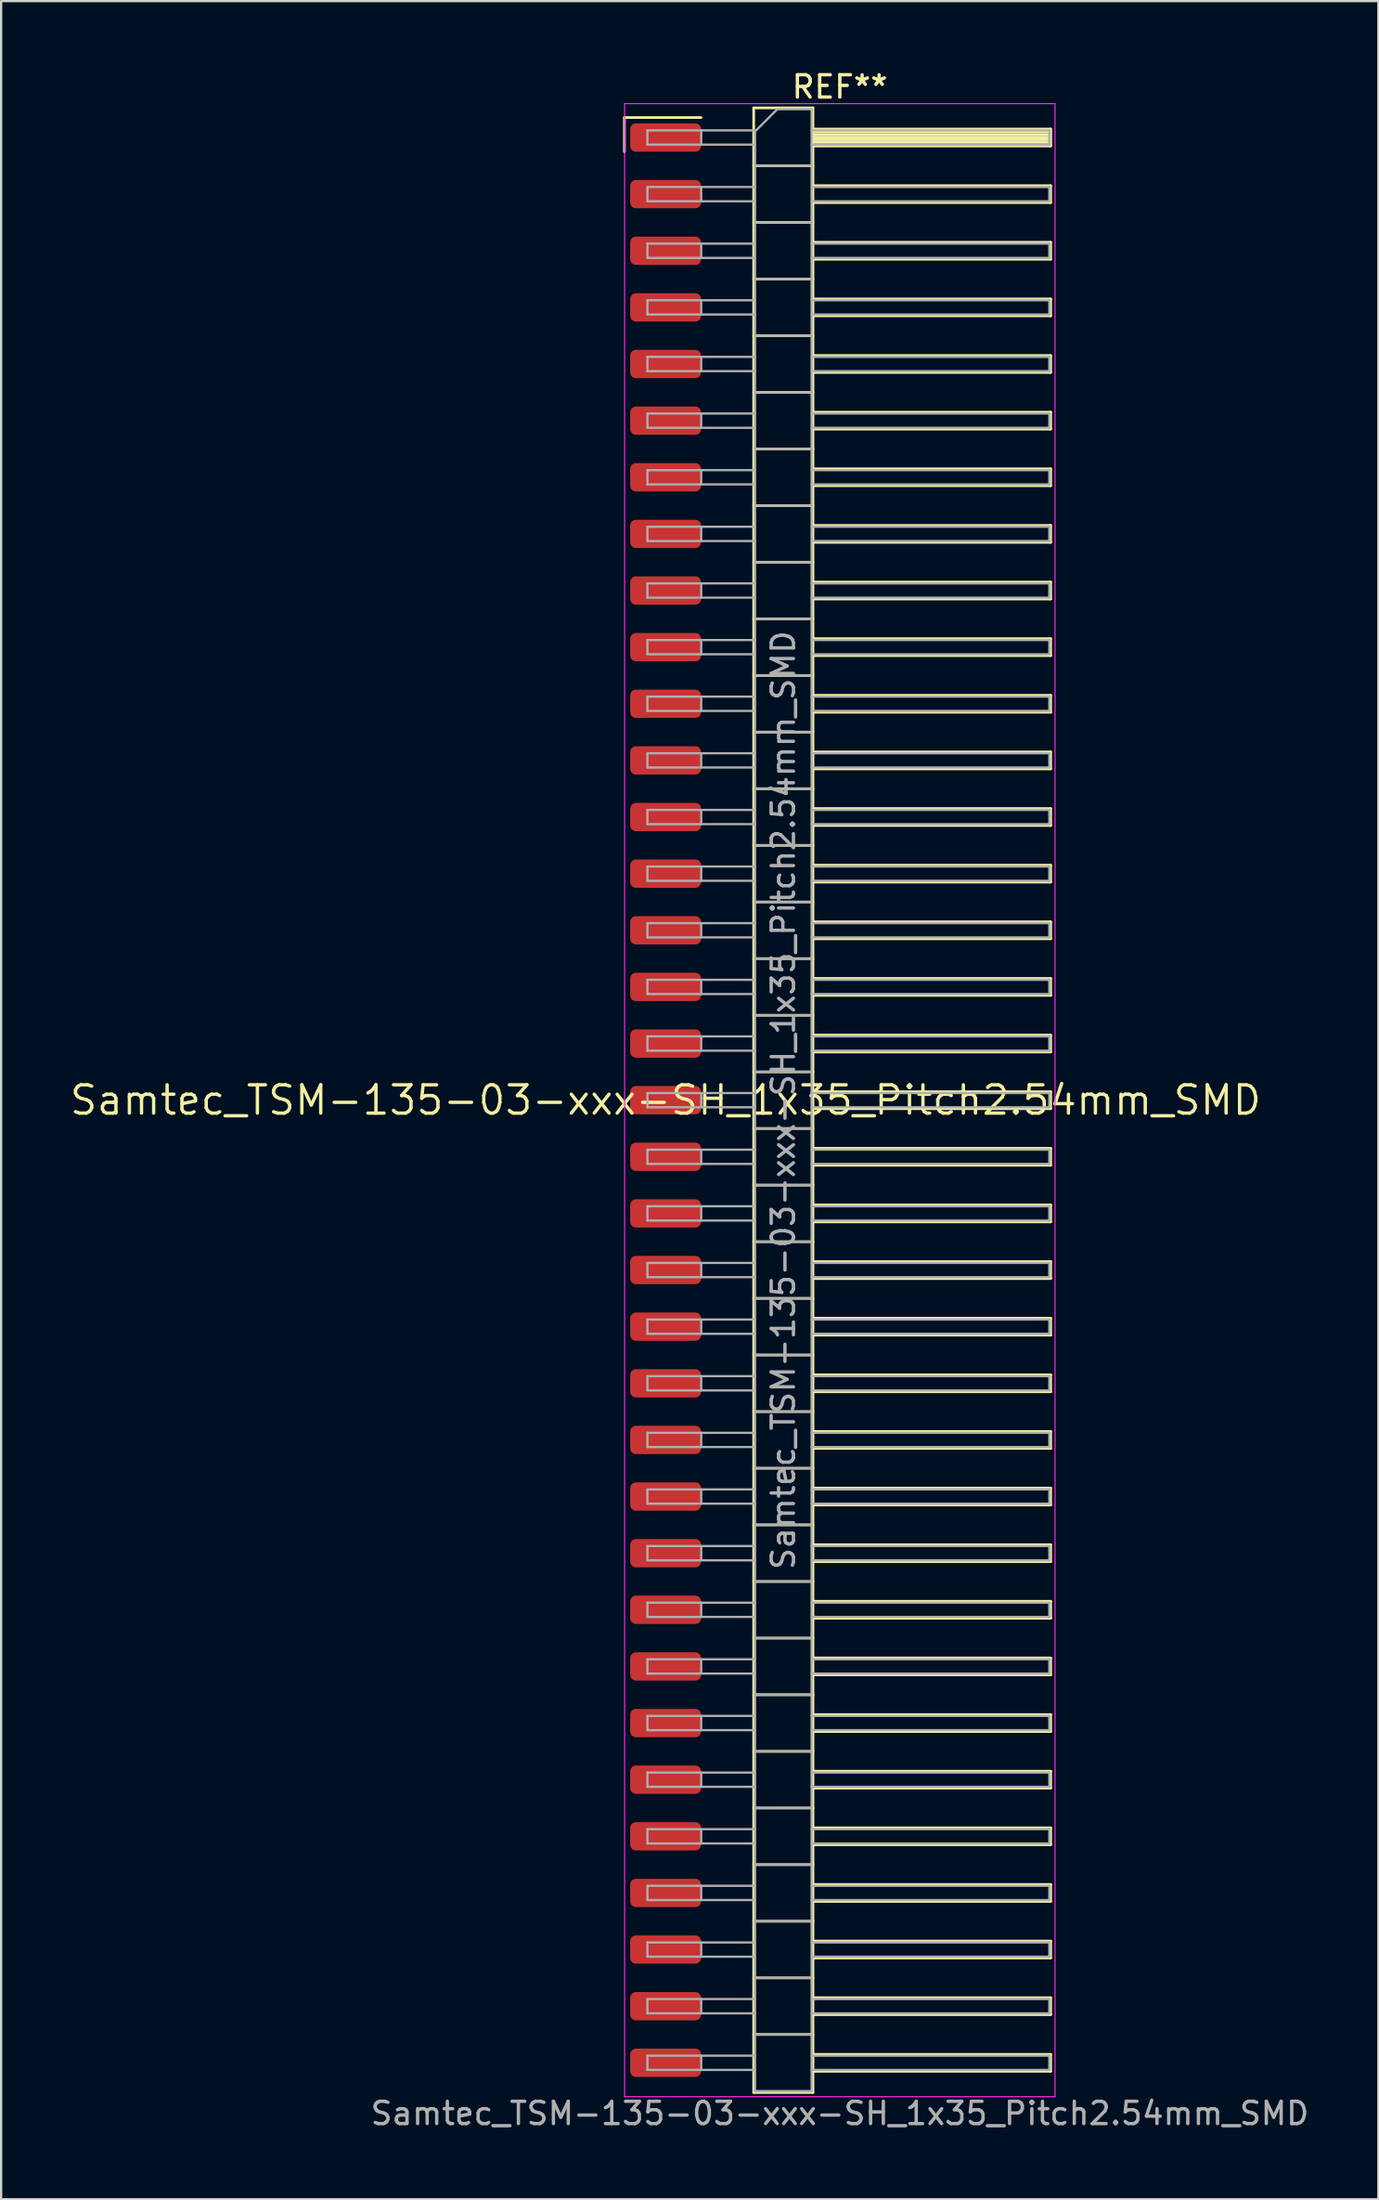
<source format=kicad_pcb>
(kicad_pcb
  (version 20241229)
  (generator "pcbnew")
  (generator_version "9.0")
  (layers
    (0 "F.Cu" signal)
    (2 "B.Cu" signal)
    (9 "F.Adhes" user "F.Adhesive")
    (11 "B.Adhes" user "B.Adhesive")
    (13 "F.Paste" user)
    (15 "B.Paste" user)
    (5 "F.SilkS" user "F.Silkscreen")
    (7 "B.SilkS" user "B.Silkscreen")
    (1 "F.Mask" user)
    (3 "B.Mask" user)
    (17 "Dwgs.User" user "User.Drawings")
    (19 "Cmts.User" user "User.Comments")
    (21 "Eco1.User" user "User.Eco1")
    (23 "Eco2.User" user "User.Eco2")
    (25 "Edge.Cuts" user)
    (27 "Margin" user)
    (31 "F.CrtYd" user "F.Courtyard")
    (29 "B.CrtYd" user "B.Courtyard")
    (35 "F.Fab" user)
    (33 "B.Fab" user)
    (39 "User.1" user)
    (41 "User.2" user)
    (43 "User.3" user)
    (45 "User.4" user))
  (footprint "Samtec_TSM-135-03-xxx-SH_1x35_Pitch2.54mm_SMD"
    (layer "F.Cu")
    (at 26.828 46.298)
    (property "Reference" "Samtec_TSM-135-03-xxx-SH_1x35_Pitch2.54mm_SMD" (at 0 0 0) (layer "F.SilkS") (effects (font (size 1.27 1.27) (thickness 0.15))))
    (attr smd)
    (fp_line (start -1.85 -44.075) (end 1.59 -44.075) (stroke (width 0.12) (type solid)) (layer "F.SilkS"))
    (fp_line (start -1.85 -42.545) (end -1.85 -44.075) (stroke (width 0.12) (type solid)) (layer "F.SilkS"))
    (fp_line (start 3.953 -44.51) (end 6.613 -44.51) (stroke (width 0.12) (type solid)) (layer "F.SilkS"))
    (fp_line (start 3.953 -41.91) (end 6.613 -41.91) (stroke (width 0.12) (type solid)) (layer "F.SilkS"))
    (fp_line (start 3.953 -39.37) (end 6.613 -39.37) (stroke (width 0.12) (type solid)) (layer "F.SilkS"))
    (fp_line (start 3.953 -36.83) (end 6.613 -36.83) (stroke (width 0.12) (type solid)) (layer "F.SilkS"))
    (fp_line (start 3.953 -34.29) (end 6.613 -34.29) (stroke (width 0.12) (type solid)) (layer "F.SilkS"))
    (fp_line (start 3.953 -31.75) (end 6.613 -31.75) (stroke (width 0.12) (type solid)) (layer "F.SilkS"))
    (fp_line (start 3.953 -29.21) (end 6.613 -29.21) (stroke (width 0.12) (type solid)) (layer "F.SilkS"))
    (fp_line (start 3.953 -26.67) (end 6.613 -26.67) (stroke (width 0.12) (type solid)) (layer "F.SilkS"))
    (fp_line (start 3.953 -24.13) (end 6.613 -24.13) (stroke (width 0.12) (type solid)) (layer "F.SilkS"))
    (fp_line (start 3.953 -21.59) (end 6.613 -21.59) (stroke (width 0.12) (type solid)) (layer "F.SilkS"))
    (fp_line (start 3.953 -19.05) (end 6.613 -19.05) (stroke (width 0.12) (type solid)) (layer "F.SilkS"))
    (fp_line (start 3.953 -16.51) (end 6.613 -16.51) (stroke (width 0.12) (type solid)) (layer "F.SilkS"))
    (fp_line (start 3.953 -13.97) (end 6.613 -13.97) (stroke (width 0.12) (type solid)) (layer "F.SilkS"))
    (fp_line (start 3.953 -11.43) (end 6.613 -11.43) (stroke (width 0.12) (type solid)) (layer "F.SilkS"))
    (fp_line (start 3.953 -8.89) (end 6.613 -8.89) (stroke (width 0.12) (type solid)) (layer "F.SilkS"))
    (fp_line (start 3.953 -6.35) (end 6.613 -6.35) (stroke (width 0.12) (type solid)) (layer "F.SilkS"))
    (fp_line (start 3.953 -3.81) (end 6.613 -3.81) (stroke (width 0.12) (type solid)) (layer "F.SilkS"))
    (fp_line (start 3.953 -1.27) (end 6.613 -1.27) (stroke (width 0.12) (type solid)) (layer "F.SilkS"))
    (fp_line (start 3.953 1.27) (end 6.613 1.27) (stroke (width 0.12) (type solid)) (layer "F.SilkS"))
    (fp_line (start 3.953 3.81) (end 6.613 3.81) (stroke (width 0.12) (type solid)) (layer "F.SilkS"))
    (fp_line (start 3.953 6.35) (end 6.613 6.35) (stroke (width 0.12) (type solid)) (layer "F.SilkS"))
    (fp_line (start 3.953 8.89) (end 6.613 8.89) (stroke (width 0.12) (type solid)) (layer "F.SilkS"))
    (fp_line (start 3.953 11.43) (end 6.613 11.43) (stroke (width 0.12) (type solid)) (layer "F.SilkS"))
    (fp_line (start 3.953 13.97) (end 6.613 13.97) (stroke (width 0.12) (type solid)) (layer "F.SilkS"))
    (fp_line (start 3.953 16.51) (end 6.613 16.51) (stroke (width 0.12) (type solid)) (layer "F.SilkS"))
    (fp_line (start 3.953 19.05) (end 6.613 19.05) (stroke (width 0.12) (type solid)) (layer "F.SilkS"))
    (fp_line (start 3.953 21.59) (end 6.613 21.59) (stroke (width 0.12) (type solid)) (layer "F.SilkS"))
    (fp_line (start 3.953 24.13) (end 6.613 24.13) (stroke (width 0.12) (type solid)) (layer "F.SilkS"))
    (fp_line (start 3.953 26.67) (end 6.613 26.67) (stroke (width 0.12) (type solid)) (layer "F.SilkS"))
    (fp_line (start 3.953 29.21) (end 6.613 29.21) (stroke (width 0.12) (type solid)) (layer "F.SilkS"))
    (fp_line (start 3.953 31.75) (end 6.613 31.75) (stroke (width 0.12) (type solid)) (layer "F.SilkS"))
    (fp_line (start 3.953 34.29) (end 6.613 34.29) (stroke (width 0.12) (type solid)) (layer "F.SilkS"))
    (fp_line (start 3.953 36.83) (end 6.613 36.83) (stroke (width 0.12) (type solid)) (layer "F.SilkS"))
    (fp_line (start 3.953 39.37) (end 6.613 39.37) (stroke (width 0.12) (type solid)) (layer "F.SilkS"))
    (fp_line (start 3.953 41.91) (end 6.613 41.91) (stroke (width 0.12) (type solid)) (layer "F.SilkS"))
    (fp_line (start 3.953 44.51) (end 3.953 -44.51) (stroke (width 0.12) (type solid)) (layer "F.SilkS"))
    (fp_line (start 6.613 -44.51) (end 6.613 44.51) (stroke (width 0.12) (type solid)) (layer "F.SilkS"))
    (fp_line (start 6.613 -43.56) (end 17.283 -43.56) (stroke (width 0.12) (type solid)) (layer "F.SilkS"))
    (fp_line (start 6.613 -43.44) (end 17.283 -43.44) (stroke (width 0.12) (type solid)) (layer "F.SilkS"))
    (fp_line (start 6.613 -43.32) (end 17.283 -43.32) (stroke (width 0.12) (type solid)) (layer "F.SilkS"))
    (fp_line (start 6.613 -43.2) (end 17.283 -43.2) (stroke (width 0.12) (type solid)) (layer "F.SilkS"))
    (fp_line (start 6.613 -43.08) (end 17.283 -43.08) (stroke (width 0.12) (type solid)) (layer "F.SilkS"))
    (fp_line (start 6.613 -42.96) (end 17.283 -42.96) (stroke (width 0.12) (type solid)) (layer "F.SilkS"))
    (fp_line (start 6.613 -42.84) (end 17.283 -42.84) (stroke (width 0.12) (type solid)) (layer "F.SilkS"))
    (fp_line (start 6.613 -42.8) (end 17.283 -42.8) (stroke (width 0.12) (type solid)) (layer "F.SilkS"))
    (fp_line (start 6.613 -41.02) (end 17.283 -41.02) (stroke (width 0.12) (type solid)) (layer "F.SilkS"))
    (fp_line (start 6.613 -40.26) (end 17.283 -40.26) (stroke (width 0.12) (type solid)) (layer "F.SilkS"))
    (fp_line (start 6.613 -38.48) (end 17.283 -38.48) (stroke (width 0.12) (type solid)) (layer "F.SilkS"))
    (fp_line (start 6.613 -37.72) (end 17.283 -37.72) (stroke (width 0.12) (type solid)) (layer "F.SilkS"))
    (fp_line (start 6.613 -35.94) (end 17.283 -35.94) (stroke (width 0.12) (type solid)) (layer "F.SilkS"))
    (fp_line (start 6.613 -35.18) (end 17.283 -35.18) (stroke (width 0.12) (type solid)) (layer "F.SilkS"))
    (fp_line (start 6.613 -33.4) (end 17.283 -33.4) (stroke (width 0.12) (type solid)) (layer "F.SilkS"))
    (fp_line (start 6.613 -32.64) (end 17.283 -32.64) (stroke (width 0.12) (type solid)) (layer "F.SilkS"))
    (fp_line (start 6.613 -30.86) (end 17.283 -30.86) (stroke (width 0.12) (type solid)) (layer "F.SilkS"))
    (fp_line (start 6.613 -30.1) (end 17.283 -30.1) (stroke (width 0.12) (type solid)) (layer "F.SilkS"))
    (fp_line (start 6.613 -28.32) (end 17.283 -28.32) (stroke (width 0.12) (type solid)) (layer "F.SilkS"))
    (fp_line (start 6.613 -27.56) (end 17.283 -27.56) (stroke (width 0.12) (type solid)) (layer "F.SilkS"))
    (fp_line (start 6.613 -25.78) (end 17.283 -25.78) (stroke (width 0.12) (type solid)) (layer "F.SilkS"))
    (fp_line (start 6.613 -25.02) (end 17.283 -25.02) (stroke (width 0.12) (type solid)) (layer "F.SilkS"))
    (fp_line (start 6.613 -23.24) (end 17.283 -23.24) (stroke (width 0.12) (type solid)) (layer "F.SilkS"))
    (fp_line (start 6.613 -22.48) (end 17.283 -22.48) (stroke (width 0.12) (type solid)) (layer "F.SilkS"))
    (fp_line (start 6.613 -20.7) (end 17.283 -20.7) (stroke (width 0.12) (type solid)) (layer "F.SilkS"))
    (fp_line (start 6.613 -19.94) (end 17.283 -19.94) (stroke (width 0.12) (type solid)) (layer "F.SilkS"))
    (fp_line (start 6.613 -18.16) (end 17.283 -18.16) (stroke (width 0.12) (type solid)) (layer "F.SilkS"))
    (fp_line (start 6.613 -17.4) (end 17.283 -17.4) (stroke (width 0.12) (type solid)) (layer "F.SilkS"))
    (fp_line (start 6.613 -15.62) (end 17.283 -15.62) (stroke (width 0.12) (type solid)) (layer "F.SilkS"))
    (fp_line (start 6.613 -14.86) (end 17.283 -14.86) (stroke (width 0.12) (type solid)) (layer "F.SilkS"))
    (fp_line (start 6.613 -13.08) (end 17.283 -13.08) (stroke (width 0.12) (type solid)) (layer "F.SilkS"))
    (fp_line (start 6.613 -12.32) (end 17.283 -12.32) (stroke (width 0.12) (type solid)) (layer "F.SilkS"))
    (fp_line (start 6.613 -10.54) (end 17.283 -10.54) (stroke (width 0.12) (type solid)) (layer "F.SilkS"))
    (fp_line (start 6.613 -9.78) (end 17.283 -9.78) (stroke (width 0.12) (type solid)) (layer "F.SilkS"))
    (fp_line (start 6.613 -8) (end 17.283 -8) (stroke (width 0.12) (type solid)) (layer "F.SilkS"))
    (fp_line (start 6.613 -7.24) (end 17.283 -7.24) (stroke (width 0.12) (type solid)) (layer "F.SilkS"))
    (fp_line (start 6.613 -5.46) (end 17.283 -5.46) (stroke (width 0.12) (type solid)) (layer "F.SilkS"))
    (fp_line (start 6.613 -4.7) (end 17.283 -4.7) (stroke (width 0.12) (type solid)) (layer "F.SilkS"))
    (fp_line (start 6.613 -2.92) (end 17.283 -2.92) (stroke (width 0.12) (type solid)) (layer "F.SilkS"))
    (fp_line (start 6.613 -2.16) (end 17.283 -2.16) (stroke (width 0.12) (type solid)) (layer "F.SilkS"))
    (fp_line (start 6.613 -0.38) (end 17.283 -0.38) (stroke (width 0.12) (type solid)) (layer "F.SilkS"))
    (fp_line (start 6.613 0.38) (end 17.283 0.38) (stroke (width 0.12) (type solid)) (layer "F.SilkS"))
    (fp_line (start 6.613 2.16) (end 17.283 2.16) (stroke (width 0.12) (type solid)) (layer "F.SilkS"))
    (fp_line (start 6.613 2.92) (end 17.283 2.92) (stroke (width 0.12) (type solid)) (layer "F.SilkS"))
    (fp_line (start 6.613 4.7) (end 17.283 4.7) (stroke (width 0.12) (type solid)) (layer "F.SilkS"))
    (fp_line (start 6.613 5.46) (end 17.283 5.46) (stroke (width 0.12) (type solid)) (layer "F.SilkS"))
    (fp_line (start 6.613 7.24) (end 17.283 7.24) (stroke (width 0.12) (type solid)) (layer "F.SilkS"))
    (fp_line (start 6.613 8) (end 17.283 8) (stroke (width 0.12) (type solid)) (layer "F.SilkS"))
    (fp_line (start 6.613 9.78) (end 17.283 9.78) (stroke (width 0.12) (type solid)) (layer "F.SilkS"))
    (fp_line (start 6.613 10.54) (end 17.283 10.54) (stroke (width 0.12) (type solid)) (layer "F.SilkS"))
    (fp_line (start 6.613 12.32) (end 17.283 12.32) (stroke (width 0.12) (type solid)) (layer "F.SilkS"))
    (fp_line (start 6.613 13.08) (end 17.283 13.08) (stroke (width 0.12) (type solid)) (layer "F.SilkS"))
    (fp_line (start 6.613 14.86) (end 17.283 14.86) (stroke (width 0.12) (type solid)) (layer "F.SilkS"))
    (fp_line (start 6.613 15.62) (end 17.283 15.62) (stroke (width 0.12) (type solid)) (layer "F.SilkS"))
    (fp_line (start 6.613 17.4) (end 17.283 17.4) (stroke (width 0.12) (type solid)) (layer "F.SilkS"))
    (fp_line (start 6.613 18.16) (end 17.283 18.16) (stroke (width 0.12) (type solid)) (layer "F.SilkS"))
    (fp_line (start 6.613 19.94) (end 17.283 19.94) (stroke (width 0.12) (type solid)) (layer "F.SilkS"))
    (fp_line (start 6.613 20.7) (end 17.283 20.7) (stroke (width 0.12) (type solid)) (layer "F.SilkS"))
    (fp_line (start 6.613 22.48) (end 17.283 22.48) (stroke (width 0.12) (type solid)) (layer "F.SilkS"))
    (fp_line (start 6.613 23.24) (end 17.283 23.24) (stroke (width 0.12) (type solid)) (layer "F.SilkS"))
    (fp_line (start 6.613 25.02) (end 17.283 25.02) (stroke (width 0.12) (type solid)) (layer "F.SilkS"))
    (fp_line (start 6.613 25.78) (end 17.283 25.78) (stroke (width 0.12) (type solid)) (layer "F.SilkS"))
    (fp_line (start 6.613 27.56) (end 17.283 27.56) (stroke (width 0.12) (type solid)) (layer "F.SilkS"))
    (fp_line (start 6.613 28.32) (end 17.283 28.32) (stroke (width 0.12) (type solid)) (layer "F.SilkS"))
    (fp_line (start 6.613 30.1) (end 17.283 30.1) (stroke (width 0.12) (type solid)) (layer "F.SilkS"))
    (fp_line (start 6.613 30.86) (end 17.283 30.86) (stroke (width 0.12) (type solid)) (layer "F.SilkS"))
    (fp_line (start 6.613 32.64) (end 17.283 32.64) (stroke (width 0.12) (type solid)) (layer "F.SilkS"))
    (fp_line (start 6.613 33.4) (end 17.283 33.4) (stroke (width 0.12) (type solid)) (layer "F.SilkS"))
    (fp_line (start 6.613 35.18) (end 17.283 35.18) (stroke (width 0.12) (type solid)) (layer "F.SilkS"))
    (fp_line (start 6.613 35.94) (end 17.283 35.94) (stroke (width 0.12) (type solid)) (layer "F.SilkS"))
    (fp_line (start 6.613 37.72) (end 17.283 37.72) (stroke (width 0.12) (type solid)) (layer "F.SilkS"))
    (fp_line (start 6.613 38.48) (end 17.283 38.48) (stroke (width 0.12) (type solid)) (layer "F.SilkS"))
    (fp_line (start 6.613 40.26) (end 17.283 40.26) (stroke (width 0.12) (type solid)) (layer "F.SilkS"))
    (fp_line (start 6.613 41.02) (end 17.283 41.02) (stroke (width 0.12) (type solid)) (layer "F.SilkS"))
    (fp_line (start 6.613 42.8) (end 17.283 42.8) (stroke (width 0.12) (type solid)) (layer "F.SilkS"))
    (fp_line (start 6.613 43.56) (end 17.283 43.56) (stroke (width 0.12) (type solid)) (layer "F.SilkS"))
    (fp_line (start 6.613 44.51) (end 3.953 44.51) (stroke (width 0.12) (type solid)) (layer "F.SilkS"))
    (fp_line (start 17.283 -43.56) (end 17.283 -42.8) (stroke (width 0.12) (type solid)) (layer "F.SilkS"))
    (fp_line (start 17.283 -41.02) (end 17.283 -40.26) (stroke (width 0.12) (type solid)) (layer "F.SilkS"))
    (fp_line (start 17.283 -38.48) (end 17.283 -37.72) (stroke (width 0.12) (type solid)) (layer "F.SilkS"))
    (fp_line (start 17.283 -35.94) (end 17.283 -35.18) (stroke (width 0.12) (type solid)) (layer "F.SilkS"))
    (fp_line (start 17.283 -33.4) (end 17.283 -32.64) (stroke (width 0.12) (type solid)) (layer "F.SilkS"))
    (fp_line (start 17.283 -30.86) (end 17.283 -30.1) (stroke (width 0.12) (type solid)) (layer "F.SilkS"))
    (fp_line (start 17.283 -28.32) (end 17.283 -27.56) (stroke (width 0.12) (type solid)) (layer "F.SilkS"))
    (fp_line (start 17.283 -25.78) (end 17.283 -25.02) (stroke (width 0.12) (type solid)) (layer "F.SilkS"))
    (fp_line (start 17.283 -23.24) (end 17.283 -22.48) (stroke (width 0.12) (type solid)) (layer "F.SilkS"))
    (fp_line (start 17.283 -20.7) (end 17.283 -19.94) (stroke (width 0.12) (type solid)) (layer "F.SilkS"))
    (fp_line (start 17.283 -18.16) (end 17.283 -17.4) (stroke (width 0.12) (type solid)) (layer "F.SilkS"))
    (fp_line (start 17.283 -15.62) (end 17.283 -14.86) (stroke (width 0.12) (type solid)) (layer "F.SilkS"))
    (fp_line (start 17.283 -13.08) (end 17.283 -12.32) (stroke (width 0.12) (type solid)) (layer "F.SilkS"))
    (fp_line (start 17.283 -10.54) (end 17.283 -9.78) (stroke (width 0.12) (type solid)) (layer "F.SilkS"))
    (fp_line (start 17.283 -8) (end 17.283 -7.24) (stroke (width 0.12) (type solid)) (layer "F.SilkS"))
    (fp_line (start 17.283 -5.46) (end 17.283 -4.7) (stroke (width 0.12) (type solid)) (layer "F.SilkS"))
    (fp_line (start 17.283 -2.92) (end 17.283 -2.16) (stroke (width 0.12) (type solid)) (layer "F.SilkS"))
    (fp_line (start 17.283 -0.38) (end 17.283 0.38) (stroke (width 0.12) (type solid)) (layer "F.SilkS"))
    (fp_line (start 17.283 2.16) (end 17.283 2.92) (stroke (width 0.12) (type solid)) (layer "F.SilkS"))
    (fp_line (start 17.283 4.7) (end 17.283 5.46) (stroke (width 0.12) (type solid)) (layer "F.SilkS"))
    (fp_line (start 17.283 7.24) (end 17.283 8) (stroke (width 0.12) (type solid)) (layer "F.SilkS"))
    (fp_line (start 17.283 9.78) (end 17.283 10.54) (stroke (width 0.12) (type solid)) (layer "F.SilkS"))
    (fp_line (start 17.283 12.32) (end 17.283 13.08) (stroke (width 0.12) (type solid)) (layer "F.SilkS"))
    (fp_line (start 17.283 14.86) (end 17.283 15.62) (stroke (width 0.12) (type solid)) (layer "F.SilkS"))
    (fp_line (start 17.283 17.4) (end 17.283 18.16) (stroke (width 0.12) (type solid)) (layer "F.SilkS"))
    (fp_line (start 17.283 19.94) (end 17.283 20.7) (stroke (width 0.12) (type solid)) (layer "F.SilkS"))
    (fp_line (start 17.283 22.48) (end 17.283 23.24) (stroke (width 0.12) (type solid)) (layer "F.SilkS"))
    (fp_line (start 17.283 25.02) (end 17.283 25.78) (stroke (width 0.12) (type solid)) (layer "F.SilkS"))
    (fp_line (start 17.283 27.56) (end 17.283 28.32) (stroke (width 0.12) (type solid)) (layer "F.SilkS"))
    (fp_line (start 17.283 30.1) (end 17.283 30.86) (stroke (width 0.12) (type solid)) (layer "F.SilkS"))
    (fp_line (start 17.283 32.64) (end 17.283 33.4) (stroke (width 0.12) (type solid)) (layer "F.SilkS"))
    (fp_line (start 17.283 35.18) (end 17.283 35.94) (stroke (width 0.12) (type solid)) (layer "F.SilkS"))
    (fp_line (start 17.283 37.72) (end 17.283 38.48) (stroke (width 0.12) (type solid)) (layer "F.SilkS"))
    (fp_line (start 17.283 40.26) (end 17.283 41.02) (stroke (width 0.12) (type solid)) (layer "F.SilkS"))
    (fp_line (start 17.283 42.8) (end 17.283 43.56) (stroke (width 0.12) (type solid)) (layer "F.SilkS"))
    (fp_line (start -1.84 -44.7) (end 17.48 -44.7) (stroke (width 0.05) (type solid)) (layer "F.CrtYd"))
    (fp_line (start -1.84 44.7) (end -1.84 -44.7) (stroke (width 0.05) (type solid)) (layer "F.CrtYd"))
    (fp_line (start 17.48 -44.7) (end 17.48 44.7) (stroke (width 0.05) (type solid)) (layer "F.CrtYd"))
    (fp_line (start 17.48 44.7) (end -1.84 44.7) (stroke (width 0.05) (type solid)) (layer "F.CrtYd"))
    (fp_line (start -0.817 -43.5) (end -0.817 -42.86) (stroke (width 0.1) (type solid)) (layer "F.Fab"))
    (fp_line (start -0.817 -43.5) (end 4.013 -43.5) (stroke (width 0.1) (type solid)) (layer "F.Fab"))
    (fp_line (start -0.817 -42.86) (end 4.013 -42.86) (stroke (width 0.1) (type solid)) (layer "F.Fab"))
    (fp_line (start -0.817 -40.96) (end -0.817 -40.32) (stroke (width 0.1) (type solid)) (layer "F.Fab"))
    (fp_line (start -0.817 -40.96) (end 4.013 -40.96) (stroke (width 0.1) (type solid)) (layer "F.Fab"))
    (fp_line (start -0.817 -40.32) (end 4.013 -40.32) (stroke (width 0.1) (type solid)) (layer "F.Fab"))
    (fp_line (start -0.817 -38.42) (end -0.817 -37.78) (stroke (width 0.1) (type solid)) (layer "F.Fab"))
    (fp_line (start -0.817 -38.42) (end 4.013 -38.42) (stroke (width 0.1) (type solid)) (layer "F.Fab"))
    (fp_line (start -0.817 -37.78) (end 4.013 -37.78) (stroke (width 0.1) (type solid)) (layer "F.Fab"))
    (fp_line (start -0.817 -35.88) (end -0.817 -35.24) (stroke (width 0.1) (type solid)) (layer "F.Fab"))
    (fp_line (start -0.817 -35.88) (end 4.013 -35.88) (stroke (width 0.1) (type solid)) (layer "F.Fab"))
    (fp_line (start -0.817 -35.24) (end 4.013 -35.24) (stroke (width 0.1) (type solid)) (layer "F.Fab"))
    (fp_line (start -0.817 -33.34) (end -0.817 -32.7) (stroke (width 0.1) (type solid)) (layer "F.Fab"))
    (fp_line (start -0.817 -33.34) (end 4.013 -33.34) (stroke (width 0.1) (type solid)) (layer "F.Fab"))
    (fp_line (start -0.817 -32.7) (end 4.013 -32.7) (stroke (width 0.1) (type solid)) (layer "F.Fab"))
    (fp_line (start -0.817 -30.8) (end -0.817 -30.16) (stroke (width 0.1) (type solid)) (layer "F.Fab"))
    (fp_line (start -0.817 -30.8) (end 4.013 -30.8) (stroke (width 0.1) (type solid)) (layer "F.Fab"))
    (fp_line (start -0.817 -30.16) (end 4.013 -30.16) (stroke (width 0.1) (type solid)) (layer "F.Fab"))
    (fp_line (start -0.817 -28.26) (end -0.817 -27.62) (stroke (width 0.1) (type solid)) (layer "F.Fab"))
    (fp_line (start -0.817 -28.26) (end 4.013 -28.26) (stroke (width 0.1) (type solid)) (layer "F.Fab"))
    (fp_line (start -0.817 -27.62) (end 4.013 -27.62) (stroke (width 0.1) (type solid)) (layer "F.Fab"))
    (fp_line (start -0.817 -25.72) (end -0.817 -25.08) (stroke (width 0.1) (type solid)) (layer "F.Fab"))
    (fp_line (start -0.817 -25.72) (end 4.013 -25.72) (stroke (width 0.1) (type solid)) (layer "F.Fab"))
    (fp_line (start -0.817 -25.08) (end 4.013 -25.08) (stroke (width 0.1) (type solid)) (layer "F.Fab"))
    (fp_line (start -0.817 -23.18) (end -0.817 -22.54) (stroke (width 0.1) (type solid)) (layer "F.Fab"))
    (fp_line (start -0.817 -23.18) (end 4.013 -23.18) (stroke (width 0.1) (type solid)) (layer "F.Fab"))
    (fp_line (start -0.817 -22.54) (end 4.013 -22.54) (stroke (width 0.1) (type solid)) (layer "F.Fab"))
    (fp_line (start -0.817 -20.64) (end -0.817 -20) (stroke (width 0.1) (type solid)) (layer "F.Fab"))
    (fp_line (start -0.817 -20.64) (end 4.013 -20.64) (stroke (width 0.1) (type solid)) (layer "F.Fab"))
    (fp_line (start -0.817 -20) (end 4.013 -20) (stroke (width 0.1) (type solid)) (layer "F.Fab"))
    (fp_line (start -0.817 -18.1) (end -0.817 -17.46) (stroke (width 0.1) (type solid)) (layer "F.Fab"))
    (fp_line (start -0.817 -18.1) (end 4.013 -18.1) (stroke (width 0.1) (type solid)) (layer "F.Fab"))
    (fp_line (start -0.817 -17.46) (end 4.013 -17.46) (stroke (width 0.1) (type solid)) (layer "F.Fab"))
    (fp_line (start -0.817 -15.56) (end -0.817 -14.92) (stroke (width 0.1) (type solid)) (layer "F.Fab"))
    (fp_line (start -0.817 -15.56) (end 4.013 -15.56) (stroke (width 0.1) (type solid)) (layer "F.Fab"))
    (fp_line (start -0.817 -14.92) (end 4.013 -14.92) (stroke (width 0.1) (type solid)) (layer "F.Fab"))
    (fp_line (start -0.817 -13.02) (end -0.817 -12.38) (stroke (width 0.1) (type solid)) (layer "F.Fab"))
    (fp_line (start -0.817 -13.02) (end 4.013 -13.02) (stroke (width 0.1) (type solid)) (layer "F.Fab"))
    (fp_line (start -0.817 -12.38) (end 4.013 -12.38) (stroke (width 0.1) (type solid)) (layer "F.Fab"))
    (fp_line (start -0.817 -10.48) (end -0.817 -9.84) (stroke (width 0.1) (type solid)) (layer "F.Fab"))
    (fp_line (start -0.817 -10.48) (end 4.013 -10.48) (stroke (width 0.1) (type solid)) (layer "F.Fab"))
    (fp_line (start -0.817 -9.84) (end 4.013 -9.84) (stroke (width 0.1) (type solid)) (layer "F.Fab"))
    (fp_line (start -0.817 -7.94) (end -0.817 -7.3) (stroke (width 0.1) (type solid)) (layer "F.Fab"))
    (fp_line (start -0.817 -7.94) (end 4.013 -7.94) (stroke (width 0.1) (type solid)) (layer "F.Fab"))
    (fp_line (start -0.817 -7.3) (end 4.013 -7.3) (stroke (width 0.1) (type solid)) (layer "F.Fab"))
    (fp_line (start -0.817 -5.4) (end -0.817 -4.76) (stroke (width 0.1) (type solid)) (layer "F.Fab"))
    (fp_line (start -0.817 -5.4) (end 4.013 -5.4) (stroke (width 0.1) (type solid)) (layer "F.Fab"))
    (fp_line (start -0.817 -4.76) (end 4.013 -4.76) (stroke (width 0.1) (type solid)) (layer "F.Fab"))
    (fp_line (start -0.817 -2.86) (end -0.817 -2.22) (stroke (width 0.1) (type solid)) (layer "F.Fab"))
    (fp_line (start -0.817 -2.86) (end 4.013 -2.86) (stroke (width 0.1) (type solid)) (layer "F.Fab"))
    (fp_line (start -0.817 -2.22) (end 4.013 -2.22) (stroke (width 0.1) (type solid)) (layer "F.Fab"))
    (fp_line (start -0.817 -0.32) (end -0.817 0.32) (stroke (width 0.1) (type solid)) (layer "F.Fab"))
    (fp_line (start -0.817 -0.32) (end 4.013 -0.32) (stroke (width 0.1) (type solid)) (layer "F.Fab"))
    (fp_line (start -0.817 0.32) (end 4.013 0.32) (stroke (width 0.1) (type solid)) (layer "F.Fab"))
    (fp_line (start -0.817 2.22) (end -0.817 2.86) (stroke (width 0.1) (type solid)) (layer "F.Fab"))
    (fp_line (start -0.817 2.22) (end 4.013 2.22) (stroke (width 0.1) (type solid)) (layer "F.Fab"))
    (fp_line (start -0.817 2.86) (end 4.013 2.86) (stroke (width 0.1) (type solid)) (layer "F.Fab"))
    (fp_line (start -0.817 4.76) (end -0.817 5.4) (stroke (width 0.1) (type solid)) (layer "F.Fab"))
    (fp_line (start -0.817 4.76) (end 4.013 4.76) (stroke (width 0.1) (type solid)) (layer "F.Fab"))
    (fp_line (start -0.817 5.4) (end 4.013 5.4) (stroke (width 0.1) (type solid)) (layer "F.Fab"))
    (fp_line (start -0.817 7.3) (end -0.817 7.94) (stroke (width 0.1) (type solid)) (layer "F.Fab"))
    (fp_line (start -0.817 7.3) (end 4.013 7.3) (stroke (width 0.1) (type solid)) (layer "F.Fab"))
    (fp_line (start -0.817 7.94) (end 4.013 7.94) (stroke (width 0.1) (type solid)) (layer "F.Fab"))
    (fp_line (start -0.817 9.84) (end -0.817 10.48) (stroke (width 0.1) (type solid)) (layer "F.Fab"))
    (fp_line (start -0.817 9.84) (end 4.013 9.84) (stroke (width 0.1) (type solid)) (layer "F.Fab"))
    (fp_line (start -0.817 10.48) (end 4.013 10.48) (stroke (width 0.1) (type solid)) (layer "F.Fab"))
    (fp_line (start -0.817 12.38) (end -0.817 13.02) (stroke (width 0.1) (type solid)) (layer "F.Fab"))
    (fp_line (start -0.817 12.38) (end 4.013 12.38) (stroke (width 0.1) (type solid)) (layer "F.Fab"))
    (fp_line (start -0.817 13.02) (end 4.013 13.02) (stroke (width 0.1) (type solid)) (layer "F.Fab"))
    (fp_line (start -0.817 14.92) (end -0.817 15.56) (stroke (width 0.1) (type solid)) (layer "F.Fab"))
    (fp_line (start -0.817 14.92) (end 4.013 14.92) (stroke (width 0.1) (type solid)) (layer "F.Fab"))
    (fp_line (start -0.817 15.56) (end 4.013 15.56) (stroke (width 0.1) (type solid)) (layer "F.Fab"))
    (fp_line (start -0.817 17.46) (end -0.817 18.1) (stroke (width 0.1) (type solid)) (layer "F.Fab"))
    (fp_line (start -0.817 17.46) (end 4.013 17.46) (stroke (width 0.1) (type solid)) (layer "F.Fab"))
    (fp_line (start -0.817 18.1) (end 4.013 18.1) (stroke (width 0.1) (type solid)) (layer "F.Fab"))
    (fp_line (start -0.817 20) (end -0.817 20.64) (stroke (width 0.1) (type solid)) (layer "F.Fab"))
    (fp_line (start -0.817 20) (end 4.013 20) (stroke (width 0.1) (type solid)) (layer "F.Fab"))
    (fp_line (start -0.817 20.64) (end 4.013 20.64) (stroke (width 0.1) (type solid)) (layer "F.Fab"))
    (fp_line (start -0.817 22.54) (end -0.817 23.18) (stroke (width 0.1) (type solid)) (layer "F.Fab"))
    (fp_line (start -0.817 22.54) (end 4.013 22.54) (stroke (width 0.1) (type solid)) (layer "F.Fab"))
    (fp_line (start -0.817 23.18) (end 4.013 23.18) (stroke (width 0.1) (type solid)) (layer "F.Fab"))
    (fp_line (start -0.817 25.08) (end -0.817 25.72) (stroke (width 0.1) (type solid)) (layer "F.Fab"))
    (fp_line (start -0.817 25.08) (end 4.013 25.08) (stroke (width 0.1) (type solid)) (layer "F.Fab"))
    (fp_line (start -0.817 25.72) (end 4.013 25.72) (stroke (width 0.1) (type solid)) (layer "F.Fab"))
    (fp_line (start -0.817 27.62) (end -0.817 28.26) (stroke (width 0.1) (type solid)) (layer "F.Fab"))
    (fp_line (start -0.817 27.62) (end 4.013 27.62) (stroke (width 0.1) (type solid)) (layer "F.Fab"))
    (fp_line (start -0.817 28.26) (end 4.013 28.26) (stroke (width 0.1) (type solid)) (layer "F.Fab"))
    (fp_line (start -0.817 30.16) (end -0.817 30.8) (stroke (width 0.1) (type solid)) (layer "F.Fab"))
    (fp_line (start -0.817 30.16) (end 4.013 30.16) (stroke (width 0.1) (type solid)) (layer "F.Fab"))
    (fp_line (start -0.817 30.8) (end 4.013 30.8) (stroke (width 0.1) (type solid)) (layer "F.Fab"))
    (fp_line (start -0.817 32.7) (end -0.817 33.34) (stroke (width 0.1) (type solid)) (layer "F.Fab"))
    (fp_line (start -0.817 32.7) (end 4.013 32.7) (stroke (width 0.1) (type solid)) (layer "F.Fab"))
    (fp_line (start -0.817 33.34) (end 4.013 33.34) (stroke (width 0.1) (type solid)) (layer "F.Fab"))
    (fp_line (start -0.817 35.24) (end -0.817 35.88) (stroke (width 0.1) (type solid)) (layer "F.Fab"))
    (fp_line (start -0.817 35.24) (end 4.013 35.24) (stroke (width 0.1) (type solid)) (layer "F.Fab"))
    (fp_line (start -0.817 35.88) (end 4.013 35.88) (stroke (width 0.1) (type solid)) (layer "F.Fab"))
    (fp_line (start -0.817 37.78) (end -0.817 38.42) (stroke (width 0.1) (type solid)) (layer "F.Fab"))
    (fp_line (start -0.817 37.78) (end 4.013 37.78) (stroke (width 0.1) (type solid)) (layer "F.Fab"))
    (fp_line (start -0.817 38.42) (end 4.013 38.42) (stroke (width 0.1) (type solid)) (layer "F.Fab"))
    (fp_line (start -0.817 40.32) (end -0.817 40.96) (stroke (width 0.1) (type solid)) (layer "F.Fab"))
    (fp_line (start -0.817 40.32) (end 4.013 40.32) (stroke (width 0.1) (type solid)) (layer "F.Fab"))
    (fp_line (start -0.817 40.96) (end 4.013 40.96) (stroke (width 0.1) (type solid)) (layer "F.Fab"))
    (fp_line (start -0.817 42.86) (end -0.817 43.5) (stroke (width 0.1) (type solid)) (layer "F.Fab"))
    (fp_line (start -0.817 42.86) (end 4.013 42.86) (stroke (width 0.1) (type solid)) (layer "F.Fab"))
    (fp_line (start -0.817 43.5) (end 4.013 43.5) (stroke (width 0.1) (type solid)) (layer "F.Fab"))
    (fp_line (start 1.598 -43.5) (end 1.598 -42.86) (stroke (width 0.1) (type solid)) (layer "F.Fab"))
    (fp_line (start 1.598 -40.96) (end 1.598 -40.32) (stroke (width 0.1) (type solid)) (layer "F.Fab"))
    (fp_line (start 1.598 -38.42) (end 1.598 -37.78) (stroke (width 0.1) (type solid)) (layer "F.Fab"))
    (fp_line (start 1.598 -35.88) (end 1.598 -35.24) (stroke (width 0.1) (type solid)) (layer "F.Fab"))
    (fp_line (start 1.598 -33.34) (end 1.598 -32.7) (stroke (width 0.1) (type solid)) (layer "F.Fab"))
    (fp_line (start 1.598 -30.8) (end 1.598 -30.16) (stroke (width 0.1) (type solid)) (layer "F.Fab"))
    (fp_line (start 1.598 -28.26) (end 1.598 -27.62) (stroke (width 0.1) (type solid)) (layer "F.Fab"))
    (fp_line (start 1.598 -25.72) (end 1.598 -25.08) (stroke (width 0.1) (type solid)) (layer "F.Fab"))
    (fp_line (start 1.598 -23.18) (end 1.598 -22.54) (stroke (width 0.1) (type solid)) (layer "F.Fab"))
    (fp_line (start 1.598 -20.64) (end 1.598 -20) (stroke (width 0.1) (type solid)) (layer "F.Fab"))
    (fp_line (start 1.598 -18.1) (end 1.598 -17.46) (stroke (width 0.1) (type solid)) (layer "F.Fab"))
    (fp_line (start 1.598 -15.56) (end 1.598 -14.92) (stroke (width 0.1) (type solid)) (layer "F.Fab"))
    (fp_line (start 1.598 -13.02) (end 1.598 -12.38) (stroke (width 0.1) (type solid)) (layer "F.Fab"))
    (fp_line (start 1.598 -10.48) (end 1.598 -9.84) (stroke (width 0.1) (type solid)) (layer "F.Fab"))
    (fp_line (start 1.598 -7.94) (end 1.598 -7.3) (stroke (width 0.1) (type solid)) (layer "F.Fab"))
    (fp_line (start 1.598 -5.4) (end 1.598 -4.76) (stroke (width 0.1) (type solid)) (layer "F.Fab"))
    (fp_line (start 1.598 -2.86) (end 1.598 -2.22) (stroke (width 0.1) (type solid)) (layer "F.Fab"))
    (fp_line (start 1.598 -0.32) (end 1.598 0.32) (stroke (width 0.1) (type solid)) (layer "F.Fab"))
    (fp_line (start 1.598 2.22) (end 1.598 2.86) (stroke (width 0.1) (type solid)) (layer "F.Fab"))
    (fp_line (start 1.598 4.76) (end 1.598 5.4) (stroke (width 0.1) (type solid)) (layer "F.Fab"))
    (fp_line (start 1.598 7.3) (end 1.598 7.94) (stroke (width 0.1) (type solid)) (layer "F.Fab"))
    (fp_line (start 1.598 9.84) (end 1.598 10.48) (stroke (width 0.1) (type solid)) (layer "F.Fab"))
    (fp_line (start 1.598 12.38) (end 1.598 13.02) (stroke (width 0.1) (type solid)) (layer "F.Fab"))
    (fp_line (start 1.598 14.92) (end 1.598 15.56) (stroke (width 0.1) (type solid)) (layer "F.Fab"))
    (fp_line (start 1.598 17.46) (end 1.598 18.1) (stroke (width 0.1) (type solid)) (layer "F.Fab"))
    (fp_line (start 1.598 20) (end 1.598 20.64) (stroke (width 0.1) (type solid)) (layer "F.Fab"))
    (fp_line (start 1.598 22.54) (end 1.598 23.18) (stroke (width 0.1) (type solid)) (layer "F.Fab"))
    (fp_line (start 1.598 25.08) (end 1.598 25.72) (stroke (width 0.1) (type solid)) (layer "F.Fab"))
    (fp_line (start 1.598 27.62) (end 1.598 28.26) (stroke (width 0.1) (type solid)) (layer "F.Fab"))
    (fp_line (start 1.598 30.16) (end 1.598 30.8) (stroke (width 0.1) (type solid)) (layer "F.Fab"))
    (fp_line (start 1.598 32.7) (end 1.598 33.34) (stroke (width 0.1) (type solid)) (layer "F.Fab"))
    (fp_line (start 1.598 35.24) (end 1.598 35.88) (stroke (width 0.1) (type solid)) (layer "F.Fab"))
    (fp_line (start 1.598 37.78) (end 1.598 38.42) (stroke (width 0.1) (type solid)) (layer "F.Fab"))
    (fp_line (start 1.598 40.32) (end 1.598 40.96) (stroke (width 0.1) (type solid)) (layer "F.Fab"))
    (fp_line (start 1.598 42.86) (end 1.598 43.5) (stroke (width 0.1) (type solid)) (layer "F.Fab"))
    (fp_line (start 4.013 -43.45) (end 5.013 -44.45) (stroke (width 0.1) (type solid)) (layer "F.Fab"))
    (fp_line (start 4.013 -41.91) (end 6.553 -41.91) (stroke (width 0.1) (type solid)) (layer "F.Fab"))
    (fp_line (start 4.013 -39.37) (end 6.553 -39.37) (stroke (width 0.1) (type solid)) (layer "F.Fab"))
    (fp_line (start 4.013 -36.83) (end 6.553 -36.83) (stroke (width 0.1) (type solid)) (layer "F.Fab"))
    (fp_line (start 4.013 -34.29) (end 6.553 -34.29) (stroke (width 0.1) (type solid)) (layer "F.Fab"))
    (fp_line (start 4.013 -31.75) (end 6.553 -31.75) (stroke (width 0.1) (type solid)) (layer "F.Fab"))
    (fp_line (start 4.013 -29.21) (end 6.553 -29.21) (stroke (width 0.1) (type solid)) (layer "F.Fab"))
    (fp_line (start 4.013 -26.67) (end 6.553 -26.67) (stroke (width 0.1) (type solid)) (layer "F.Fab"))
    (fp_line (start 4.013 -24.13) (end 6.553 -24.13) (stroke (width 0.1) (type solid)) (layer "F.Fab"))
    (fp_line (start 4.013 -21.59) (end 6.553 -21.59) (stroke (width 0.1) (type solid)) (layer "F.Fab"))
    (fp_line (start 4.013 -19.05) (end 6.553 -19.05) (stroke (width 0.1) (type solid)) (layer "F.Fab"))
    (fp_line (start 4.013 -16.51) (end 6.553 -16.51) (stroke (width 0.1) (type solid)) (layer "F.Fab"))
    (fp_line (start 4.013 -13.97) (end 6.553 -13.97) (stroke (width 0.1) (type solid)) (layer "F.Fab"))
    (fp_line (start 4.013 -11.43) (end 6.553 -11.43) (stroke (width 0.1) (type solid)) (layer "F.Fab"))
    (fp_line (start 4.013 -8.89) (end 6.553 -8.89) (stroke (width 0.1) (type solid)) (layer "F.Fab"))
    (fp_line (start 4.013 -6.35) (end 6.553 -6.35) (stroke (width 0.1) (type solid)) (layer "F.Fab"))
    (fp_line (start 4.013 -3.81) (end 6.553 -3.81) (stroke (width 0.1) (type solid)) (layer "F.Fab"))
    (fp_line (start 4.013 -1.27) (end 6.553 -1.27) (stroke (width 0.1) (type solid)) (layer "F.Fab"))
    (fp_line (start 4.013 1.27) (end 6.553 1.27) (stroke (width 0.1) (type solid)) (layer "F.Fab"))
    (fp_line (start 4.013 3.81) (end 6.553 3.81) (stroke (width 0.1) (type solid)) (layer "F.Fab"))
    (fp_line (start 4.013 6.35) (end 6.553 6.35) (stroke (width 0.1) (type solid)) (layer "F.Fab"))
    (fp_line (start 4.013 8.89) (end 6.553 8.89) (stroke (width 0.1) (type solid)) (layer "F.Fab"))
    (fp_line (start 4.013 11.43) (end 6.553 11.43) (stroke (width 0.1) (type solid)) (layer "F.Fab"))
    (fp_line (start 4.013 13.97) (end 6.553 13.97) (stroke (width 0.1) (type solid)) (layer "F.Fab"))
    (fp_line (start 4.013 16.51) (end 6.553 16.51) (stroke (width 0.1) (type solid)) (layer "F.Fab"))
    (fp_line (start 4.013 19.05) (end 6.553 19.05) (stroke (width 0.1) (type solid)) (layer "F.Fab"))
    (fp_line (start 4.013 21.59) (end 6.553 21.59) (stroke (width 0.1) (type solid)) (layer "F.Fab"))
    (fp_line (start 4.013 24.13) (end 6.553 24.13) (stroke (width 0.1) (type solid)) (layer "F.Fab"))
    (fp_line (start 4.013 26.67) (end 6.553 26.67) (stroke (width 0.1) (type solid)) (layer "F.Fab"))
    (fp_line (start 4.013 29.21) (end 6.553 29.21) (stroke (width 0.1) (type solid)) (layer "F.Fab"))
    (fp_line (start 4.013 31.75) (end 6.553 31.75) (stroke (width 0.1) (type solid)) (layer "F.Fab"))
    (fp_line (start 4.013 34.29) (end 6.553 34.29) (stroke (width 0.1) (type solid)) (layer "F.Fab"))
    (fp_line (start 4.013 36.83) (end 6.553 36.83) (stroke (width 0.1) (type solid)) (layer "F.Fab"))
    (fp_line (start 4.013 39.37) (end 6.553 39.37) (stroke (width 0.1) (type solid)) (layer "F.Fab"))
    (fp_line (start 4.013 41.91) (end 6.553 41.91) (stroke (width 0.1) (type solid)) (layer "F.Fab"))
    (fp_line (start 4.013 44.45) (end 4.013 -43.45) (stroke (width 0.1) (type solid)) (layer "F.Fab"))
    (fp_line (start 5.013 -44.45) (end 6.553 -44.45) (stroke (width 0.1) (type solid)) (layer "F.Fab"))
    (fp_line (start 6.553 -44.45) (end 6.553 44.45) (stroke (width 0.1) (type solid)) (layer "F.Fab"))
    (fp_line (start 6.553 -43.5) (end 17.223 -43.5) (stroke (width 0.1) (type solid)) (layer "F.Fab"))
    (fp_line (start 6.553 -42.86) (end 17.223 -42.86) (stroke (width 0.1) (type solid)) (layer "F.Fab"))
    (fp_line (start 6.553 -40.96) (end 17.223 -40.96) (stroke (width 0.1) (type solid)) (layer "F.Fab"))
    (fp_line (start 6.553 -40.32) (end 17.223 -40.32) (stroke (width 0.1) (type solid)) (layer "F.Fab"))
    (fp_line (start 6.553 -38.42) (end 17.223 -38.42) (stroke (width 0.1) (type solid)) (layer "F.Fab"))
    (fp_line (start 6.553 -37.78) (end 17.223 -37.78) (stroke (width 0.1) (type solid)) (layer "F.Fab"))
    (fp_line (start 6.553 -35.88) (end 17.223 -35.88) (stroke (width 0.1) (type solid)) (layer "F.Fab"))
    (fp_line (start 6.553 -35.24) (end 17.223 -35.24) (stroke (width 0.1) (type solid)) (layer "F.Fab"))
    (fp_line (start 6.553 -33.34) (end 17.223 -33.34) (stroke (width 0.1) (type solid)) (layer "F.Fab"))
    (fp_line (start 6.553 -32.7) (end 17.223 -32.7) (stroke (width 0.1) (type solid)) (layer "F.Fab"))
    (fp_line (start 6.553 -30.8) (end 17.223 -30.8) (stroke (width 0.1) (type solid)) (layer "F.Fab"))
    (fp_line (start 6.553 -30.16) (end 17.223 -30.16) (stroke (width 0.1) (type solid)) (layer "F.Fab"))
    (fp_line (start 6.553 -28.26) (end 17.223 -28.26) (stroke (width 0.1) (type solid)) (layer "F.Fab"))
    (fp_line (start 6.553 -27.62) (end 17.223 -27.62) (stroke (width 0.1) (type solid)) (layer "F.Fab"))
    (fp_line (start 6.553 -25.72) (end 17.223 -25.72) (stroke (width 0.1) (type solid)) (layer "F.Fab"))
    (fp_line (start 6.553 -25.08) (end 17.223 -25.08) (stroke (width 0.1) (type solid)) (layer "F.Fab"))
    (fp_line (start 6.553 -23.18) (end 17.223 -23.18) (stroke (width 0.1) (type solid)) (layer "F.Fab"))
    (fp_line (start 6.553 -22.54) (end 17.223 -22.54) (stroke (width 0.1) (type solid)) (layer "F.Fab"))
    (fp_line (start 6.553 -20.64) (end 17.223 -20.64) (stroke (width 0.1) (type solid)) (layer "F.Fab"))
    (fp_line (start 6.553 -20) (end 17.223 -20) (stroke (width 0.1) (type solid)) (layer "F.Fab"))
    (fp_line (start 6.553 -18.1) (end 17.223 -18.1) (stroke (width 0.1) (type solid)) (layer "F.Fab"))
    (fp_line (start 6.553 -17.46) (end 17.223 -17.46) (stroke (width 0.1) (type solid)) (layer "F.Fab"))
    (fp_line (start 6.553 -15.56) (end 17.223 -15.56) (stroke (width 0.1) (type solid)) (layer "F.Fab"))
    (fp_line (start 6.553 -14.92) (end 17.223 -14.92) (stroke (width 0.1) (type solid)) (layer "F.Fab"))
    (fp_line (start 6.553 -13.02) (end 17.223 -13.02) (stroke (width 0.1) (type solid)) (layer "F.Fab"))
    (fp_line (start 6.553 -12.38) (end 17.223 -12.38) (stroke (width 0.1) (type solid)) (layer "F.Fab"))
    (fp_line (start 6.553 -10.48) (end 17.223 -10.48) (stroke (width 0.1) (type solid)) (layer "F.Fab"))
    (fp_line (start 6.553 -9.84) (end 17.223 -9.84) (stroke (width 0.1) (type solid)) (layer "F.Fab"))
    (fp_line (start 6.553 -7.94) (end 17.223 -7.94) (stroke (width 0.1) (type solid)) (layer "F.Fab"))
    (fp_line (start 6.553 -7.3) (end 17.223 -7.3) (stroke (width 0.1) (type solid)) (layer "F.Fab"))
    (fp_line (start 6.553 -5.4) (end 17.223 -5.4) (stroke (width 0.1) (type solid)) (layer "F.Fab"))
    (fp_line (start 6.553 -4.76) (end 17.223 -4.76) (stroke (width 0.1) (type solid)) (layer "F.Fab"))
    (fp_line (start 6.553 -2.86) (end 17.223 -2.86) (stroke (width 0.1) (type solid)) (layer "F.Fab"))
    (fp_line (start 6.553 -2.22) (end 17.223 -2.22) (stroke (width 0.1) (type solid)) (layer "F.Fab"))
    (fp_line (start 6.553 -0.32) (end 17.223 -0.32) (stroke (width 0.1) (type solid)) (layer "F.Fab"))
    (fp_line (start 6.553 0.32) (end 17.223 0.32) (stroke (width 0.1) (type solid)) (layer "F.Fab"))
    (fp_line (start 6.553 2.22) (end 17.223 2.22) (stroke (width 0.1) (type solid)) (layer "F.Fab"))
    (fp_line (start 6.553 2.86) (end 17.223 2.86) (stroke (width 0.1) (type solid)) (layer "F.Fab"))
    (fp_line (start 6.553 4.76) (end 17.223 4.76) (stroke (width 0.1) (type solid)) (layer "F.Fab"))
    (fp_line (start 6.553 5.4) (end 17.223 5.4) (stroke (width 0.1) (type solid)) (layer "F.Fab"))
    (fp_line (start 6.553 7.3) (end 17.223 7.3) (stroke (width 0.1) (type solid)) (layer "F.Fab"))
    (fp_line (start 6.553 7.94) (end 17.223 7.94) (stroke (width 0.1) (type solid)) (layer "F.Fab"))
    (fp_line (start 6.553 9.84) (end 17.223 9.84) (stroke (width 0.1) (type solid)) (layer "F.Fab"))
    (fp_line (start 6.553 10.48) (end 17.223 10.48) (stroke (width 0.1) (type solid)) (layer "F.Fab"))
    (fp_line (start 6.553 12.38) (end 17.223 12.38) (stroke (width 0.1) (type solid)) (layer "F.Fab"))
    (fp_line (start 6.553 13.02) (end 17.223 13.02) (stroke (width 0.1) (type solid)) (layer "F.Fab"))
    (fp_line (start 6.553 14.92) (end 17.223 14.92) (stroke (width 0.1) (type solid)) (layer "F.Fab"))
    (fp_line (start 6.553 15.56) (end 17.223 15.56) (stroke (width 0.1) (type solid)) (layer "F.Fab"))
    (fp_line (start 6.553 17.46) (end 17.223 17.46) (stroke (width 0.1) (type solid)) (layer "F.Fab"))
    (fp_line (start 6.553 18.1) (end 17.223 18.1) (stroke (width 0.1) (type solid)) (layer "F.Fab"))
    (fp_line (start 6.553 20) (end 17.223 20) (stroke (width 0.1) (type solid)) (layer "F.Fab"))
    (fp_line (start 6.553 20.64) (end 17.223 20.64) (stroke (width 0.1) (type solid)) (layer "F.Fab"))
    (fp_line (start 6.553 22.54) (end 17.223 22.54) (stroke (width 0.1) (type solid)) (layer "F.Fab"))
    (fp_line (start 6.553 23.18) (end 17.223 23.18) (stroke (width 0.1) (type solid)) (layer "F.Fab"))
    (fp_line (start 6.553 25.08) (end 17.223 25.08) (stroke (width 0.1) (type solid)) (layer "F.Fab"))
    (fp_line (start 6.553 25.72) (end 17.223 25.72) (stroke (width 0.1) (type solid)) (layer "F.Fab"))
    (fp_line (start 6.553 27.62) (end 17.223 27.62) (stroke (width 0.1) (type solid)) (layer "F.Fab"))
    (fp_line (start 6.553 28.26) (end 17.223 28.26) (stroke (width 0.1) (type solid)) (layer "F.Fab"))
    (fp_line (start 6.553 30.16) (end 17.223 30.16) (stroke (width 0.1) (type solid)) (layer "F.Fab"))
    (fp_line (start 6.553 30.8) (end 17.223 30.8) (stroke (width 0.1) (type solid)) (layer "F.Fab"))
    (fp_line (start 6.553 32.7) (end 17.223 32.7) (stroke (width 0.1) (type solid)) (layer "F.Fab"))
    (fp_line (start 6.553 33.34) (end 17.223 33.34) (stroke (width 0.1) (type solid)) (layer "F.Fab"))
    (fp_line (start 6.553 35.24) (end 17.223 35.24) (stroke (width 0.1) (type solid)) (layer "F.Fab"))
    (fp_line (start 6.553 35.88) (end 17.223 35.88) (stroke (width 0.1) (type solid)) (layer "F.Fab"))
    (fp_line (start 6.553 37.78) (end 17.223 37.78) (stroke (width 0.1) (type solid)) (layer "F.Fab"))
    (fp_line (start 6.553 38.42) (end 17.223 38.42) (stroke (width 0.1) (type solid)) (layer "F.Fab"))
    (fp_line (start 6.553 40.32) (end 17.223 40.32) (stroke (width 0.1) (type solid)) (layer "F.Fab"))
    (fp_line (start 6.553 40.96) (end 17.223 40.96) (stroke (width 0.1) (type solid)) (layer "F.Fab"))
    (fp_line (start 6.553 42.86) (end 17.223 42.86) (stroke (width 0.1) (type solid)) (layer "F.Fab"))
    (fp_line (start 6.553 43.5) (end 17.223 43.5) (stroke (width 0.1) (type solid)) (layer "F.Fab"))
    (fp_line (start 6.553 44.45) (end 4.013 44.45) (stroke (width 0.1) (type solid)) (layer "F.Fab"))
    (fp_line (start 17.223 -43.5) (end 17.223 -42.86) (stroke (width 0.1) (type solid)) (layer "F.Fab"))
    (fp_line (start 17.223 -40.96) (end 17.223 -40.32) (stroke (width 0.1) (type solid)) (layer "F.Fab"))
    (fp_line (start 17.223 -38.42) (end 17.223 -37.78) (stroke (width 0.1) (type solid)) (layer "F.Fab"))
    (fp_line (start 17.223 -35.88) (end 17.223 -35.24) (stroke (width 0.1) (type solid)) (layer "F.Fab"))
    (fp_line (start 17.223 -33.34) (end 17.223 -32.7) (stroke (width 0.1) (type solid)) (layer "F.Fab"))
    (fp_line (start 17.223 -30.8) (end 17.223 -30.16) (stroke (width 0.1) (type solid)) (layer "F.Fab"))
    (fp_line (start 17.223 -28.26) (end 17.223 -27.62) (stroke (width 0.1) (type solid)) (layer "F.Fab"))
    (fp_line (start 17.223 -25.72) (end 17.223 -25.08) (stroke (width 0.1) (type solid)) (layer "F.Fab"))
    (fp_line (start 17.223 -23.18) (end 17.223 -22.54) (stroke (width 0.1) (type solid)) (layer "F.Fab"))
    (fp_line (start 17.223 -20.64) (end 17.223 -20) (stroke (width 0.1) (type solid)) (layer "F.Fab"))
    (fp_line (start 17.223 -18.1) (end 17.223 -17.46) (stroke (width 0.1) (type solid)) (layer "F.Fab"))
    (fp_line (start 17.223 -15.56) (end 17.223 -14.92) (stroke (width 0.1) (type solid)) (layer "F.Fab"))
    (fp_line (start 17.223 -13.02) (end 17.223 -12.38) (stroke (width 0.1) (type solid)) (layer "F.Fab"))
    (fp_line (start 17.223 -10.48) (end 17.223 -9.84) (stroke (width 0.1) (type solid)) (layer "F.Fab"))
    (fp_line (start 17.223 -7.94) (end 17.223 -7.3) (stroke (width 0.1) (type solid)) (layer "F.Fab"))
    (fp_line (start 17.223 -5.4) (end 17.223 -4.76) (stroke (width 0.1) (type solid)) (layer "F.Fab"))
    (fp_line (start 17.223 -2.86) (end 17.223 -2.22) (stroke (width 0.1) (type solid)) (layer "F.Fab"))
    (fp_line (start 17.223 -0.32) (end 17.223 0.32) (stroke (width 0.1) (type solid)) (layer "F.Fab"))
    (fp_line (start 17.223 2.22) (end 17.223 2.86) (stroke (width 0.1) (type solid)) (layer "F.Fab"))
    (fp_line (start 17.223 4.76) (end 17.223 5.4) (stroke (width 0.1) (type solid)) (layer "F.Fab"))
    (fp_line (start 17.223 7.3) (end 17.223 7.94) (stroke (width 0.1) (type solid)) (layer "F.Fab"))
    (fp_line (start 17.223 9.84) (end 17.223 10.48) (stroke (width 0.1) (type solid)) (layer "F.Fab"))
    (fp_line (start 17.223 12.38) (end 17.223 13.02) (stroke (width 0.1) (type solid)) (layer "F.Fab"))
    (fp_line (start 17.223 14.92) (end 17.223 15.56) (stroke (width 0.1) (type solid)) (layer "F.Fab"))
    (fp_line (start 17.223 17.46) (end 17.223 18.1) (stroke (width 0.1) (type solid)) (layer "F.Fab"))
    (fp_line (start 17.223 20) (end 17.223 20.64) (stroke (width 0.1) (type solid)) (layer "F.Fab"))
    (fp_line (start 17.223 22.54) (end 17.223 23.18) (stroke (width 0.1) (type solid)) (layer "F.Fab"))
    (fp_line (start 17.223 25.08) (end 17.223 25.72) (stroke (width 0.1) (type solid)) (layer "F.Fab"))
    (fp_line (start 17.223 27.62) (end 17.223 28.26) (stroke (width 0.1) (type solid)) (layer "F.Fab"))
    (fp_line (start 17.223 30.16) (end 17.223 30.8) (stroke (width 0.1) (type solid)) (layer "F.Fab"))
    (fp_line (start 17.223 32.7) (end 17.223 33.34) (stroke (width 0.1) (type solid)) (layer "F.Fab"))
    (fp_line (start 17.223 35.24) (end 17.223 35.88) (stroke (width 0.1) (type solid)) (layer "F.Fab"))
    (fp_line (start 17.223 37.78) (end 17.223 38.42) (stroke (width 0.1) (type solid)) (layer "F.Fab"))
    (fp_line (start 17.223 40.32) (end 17.223 40.96) (stroke (width 0.1) (type solid)) (layer "F.Fab"))
    (fp_line (start 17.223 42.86) (end 17.223 43.5) (stroke (width 0.1) (type solid)) (layer "F.Fab"))
    (fp_text user "REF**" (at 7.82 -45.45 0) (layer "F.SilkS") (effects (font (size 1 1) (thickness 0.15))))
    (fp_text user "Samtec_TSM-135-03-xxx-SH_1x35_Pitch2.54mm_SMD" (at 7.82 45.45 0) (layer "F.Fab") (effects (font (size 1 1) (thickness 0.15))))
    (fp_text user "${REFERENCE}" (at 5.283 0 90) (layer "F.Fab") (effects (font (size 1 1) (thickness 0.15))))
    (pad "1" smd roundrect (at 0 -43.18) (size 3.18 1.27) (layers "F.Cu" "F.Mask" "F.Paste") (roundrect_rratio 0.197))
    (pad "2" smd roundrect (at 0 -40.64) (size 3.18 1.27) (layers "F.Cu" "F.Mask" "F.Paste") (roundrect_rratio 0.197))
    (pad "3" smd roundrect (at 0 -38.1) (size 3.18 1.27) (layers "F.Cu" "F.Mask" "F.Paste") (roundrect_rratio 0.197))
    (pad "4" smd roundrect (at 0 -35.56) (size 3.18 1.27) (layers "F.Cu" "F.Mask" "F.Paste") (roundrect_rratio 0.197))
    (pad "5" smd roundrect (at 0 -33.02) (size 3.18 1.27) (layers "F.Cu" "F.Mask" "F.Paste") (roundrect_rratio 0.197))
    (pad "6" smd roundrect (at 0 -30.48) (size 3.18 1.27) (layers "F.Cu" "F.Mask" "F.Paste") (roundrect_rratio 0.197))
    (pad "7" smd roundrect (at 0 -27.94) (size 3.18 1.27) (layers "F.Cu" "F.Mask" "F.Paste") (roundrect_rratio 0.197))
    (pad "8" smd roundrect (at 0 -25.4) (size 3.18 1.27) (layers "F.Cu" "F.Mask" "F.Paste") (roundrect_rratio 0.197))
    (pad "9" smd roundrect (at 0 -22.86) (size 3.18 1.27) (layers "F.Cu" "F.Mask" "F.Paste") (roundrect_rratio 0.197))
    (pad "10" smd roundrect (at 0 -20.32) (size 3.18 1.27) (layers "F.Cu" "F.Mask" "F.Paste") (roundrect_rratio 0.197))
    (pad "11" smd roundrect (at 0 -17.78) (size 3.18 1.27) (layers "F.Cu" "F.Mask" "F.Paste") (roundrect_rratio 0.197))
    (pad "12" smd roundrect (at 0 -15.24) (size 3.18 1.27) (layers "F.Cu" "F.Mask" "F.Paste") (roundrect_rratio 0.197))
    (pad "13" smd roundrect (at 0 -12.7) (size 3.18 1.27) (layers "F.Cu" "F.Mask" "F.Paste") (roundrect_rratio 0.197))
    (pad "14" smd roundrect (at 0 -10.16) (size 3.18 1.27) (layers "F.Cu" "F.Mask" "F.Paste") (roundrect_rratio 0.197))
    (pad "15" smd roundrect (at 0 -7.62) (size 3.18 1.27) (layers "F.Cu" "F.Mask" "F.Paste") (roundrect_rratio 0.197))
    (pad "16" smd roundrect (at 0 -5.08) (size 3.18 1.27) (layers "F.Cu" "F.Mask" "F.Paste") (roundrect_rratio 0.197))
    (pad "17" smd roundrect (at 0 -2.54) (size 3.18 1.27) (layers "F.Cu" "F.Mask" "F.Paste") (roundrect_rratio 0.197))
    (pad "18" smd roundrect (at 0 0) (size 3.18 1.27) (layers "F.Cu" "F.Mask" "F.Paste") (roundrect_rratio 0.197))
    (pad "19" smd roundrect (at 0 2.54) (size 3.18 1.27) (layers "F.Cu" "F.Mask" "F.Paste") (roundrect_rratio 0.197))
    (pad "20" smd roundrect (at 0 5.08) (size 3.18 1.27) (layers "F.Cu" "F.Mask" "F.Paste") (roundrect_rratio 0.197))
    (pad "21" smd roundrect (at 0 7.62) (size 3.18 1.27) (layers "F.Cu" "F.Mask" "F.Paste") (roundrect_rratio 0.197))
    (pad "22" smd roundrect (at 0 10.16) (size 3.18 1.27) (layers "F.Cu" "F.Mask" "F.Paste") (roundrect_rratio 0.197))
    (pad "23" smd roundrect (at 0 12.7) (size 3.18 1.27) (layers "F.Cu" "F.Mask" "F.Paste") (roundrect_rratio 0.197))
    (pad "24" smd roundrect (at 0 15.24) (size 3.18 1.27) (layers "F.Cu" "F.Mask" "F.Paste") (roundrect_rratio 0.197))
    (pad "25" smd roundrect (at 0 17.78) (size 3.18 1.27) (layers "F.Cu" "F.Mask" "F.Paste") (roundrect_rratio 0.197))
    (pad "26" smd roundrect (at 0 20.32) (size 3.18 1.27) (layers "F.Cu" "F.Mask" "F.Paste") (roundrect_rratio 0.197))
    (pad "27" smd roundrect (at 0 22.86) (size 3.18 1.27) (layers "F.Cu" "F.Mask" "F.Paste") (roundrect_rratio 0.197))
    (pad "28" smd roundrect (at 0 25.4) (size 3.18 1.27) (layers "F.Cu" "F.Mask" "F.Paste") (roundrect_rratio 0.197))
    (pad "29" smd roundrect (at 0 27.94) (size 3.18 1.27) (layers "F.Cu" "F.Mask" "F.Paste") (roundrect_rratio 0.197))
    (pad "30" smd roundrect (at 0 30.48) (size 3.18 1.27) (layers "F.Cu" "F.Mask" "F.Paste") (roundrect_rratio 0.197))
    (pad "31" smd roundrect (at 0 33.02) (size 3.18 1.27) (layers "F.Cu" "F.Mask" "F.Paste") (roundrect_rratio 0.197))
    (pad "32" smd roundrect (at 0 35.56) (size 3.18 1.27) (layers "F.Cu" "F.Mask" "F.Paste") (roundrect_rratio 0.197))
    (pad "33" smd roundrect (at 0 38.1) (size 3.18 1.27) (layers "F.Cu" "F.Mask" "F.Paste") (roundrect_rratio 0.197))
    (pad "34" smd roundrect (at 0 40.64) (size 3.18 1.27) (layers "F.Cu" "F.Mask" "F.Paste") (roundrect_rratio 0.197))
    (pad "35" smd roundrect (at 0 43.18) (size 3.18 1.27) (layers "F.Cu" "F.Mask" "F.Paste") (roundrect_rratio 0.197)))
  (gr_rect
    (start -3 -3)
    (end 58.821 95.597)
    (stroke (width 0.1) (type default))
    (fill no)
    (layer "Edge.Cuts")))
</source>
